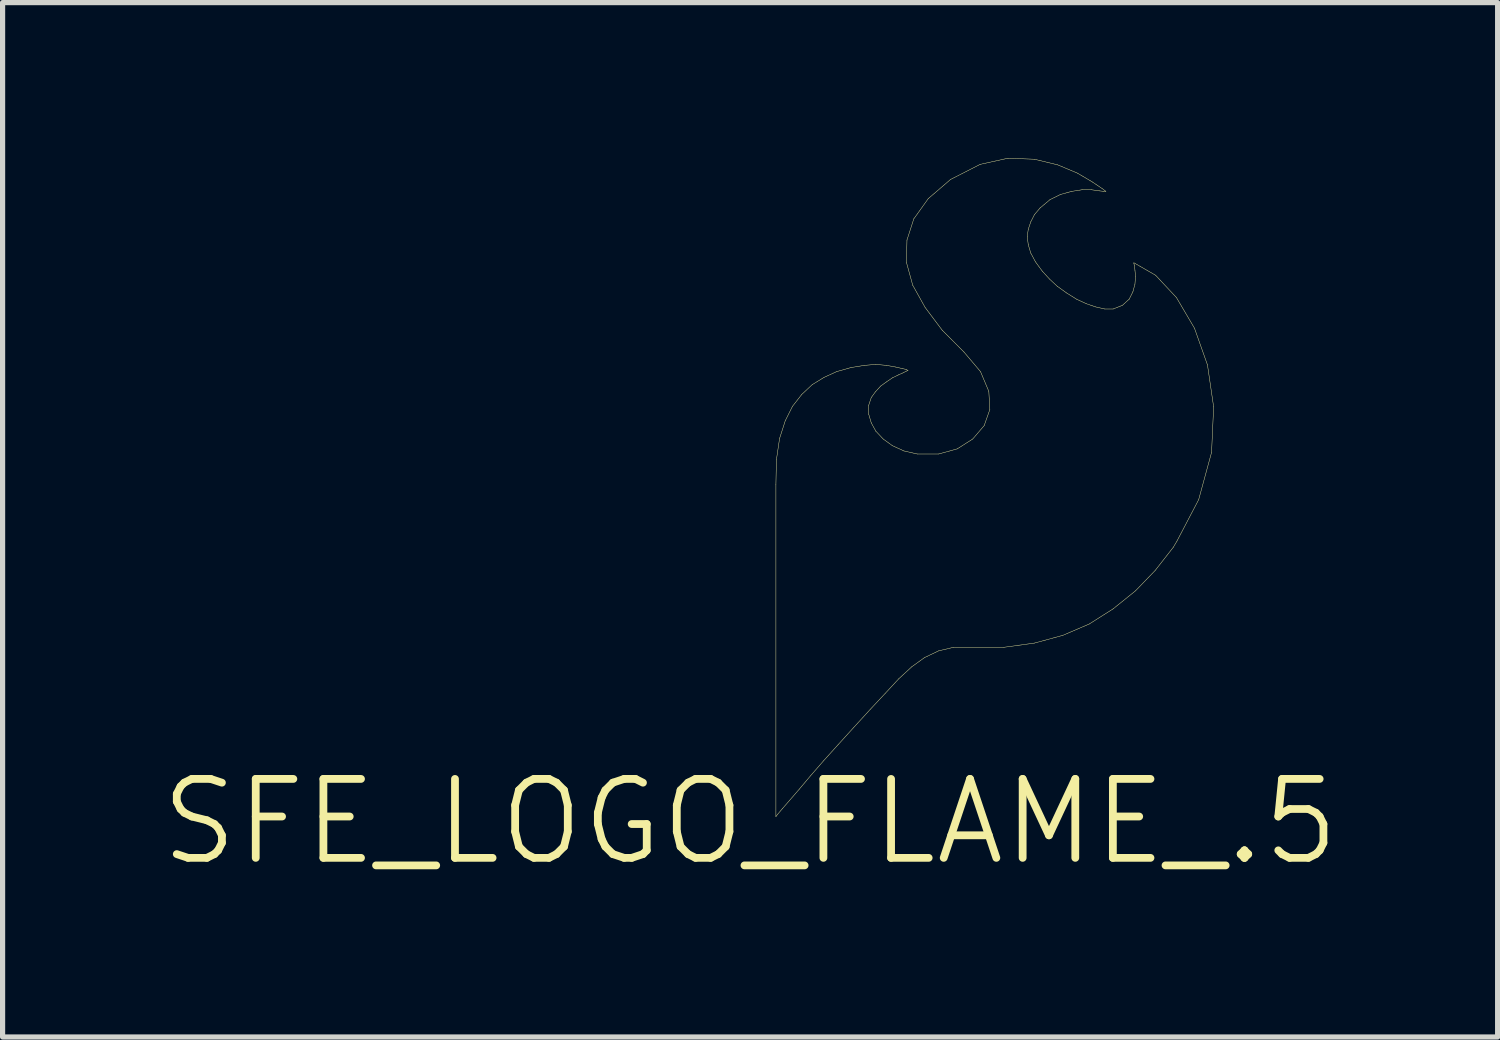
<source format=kicad_pcb>
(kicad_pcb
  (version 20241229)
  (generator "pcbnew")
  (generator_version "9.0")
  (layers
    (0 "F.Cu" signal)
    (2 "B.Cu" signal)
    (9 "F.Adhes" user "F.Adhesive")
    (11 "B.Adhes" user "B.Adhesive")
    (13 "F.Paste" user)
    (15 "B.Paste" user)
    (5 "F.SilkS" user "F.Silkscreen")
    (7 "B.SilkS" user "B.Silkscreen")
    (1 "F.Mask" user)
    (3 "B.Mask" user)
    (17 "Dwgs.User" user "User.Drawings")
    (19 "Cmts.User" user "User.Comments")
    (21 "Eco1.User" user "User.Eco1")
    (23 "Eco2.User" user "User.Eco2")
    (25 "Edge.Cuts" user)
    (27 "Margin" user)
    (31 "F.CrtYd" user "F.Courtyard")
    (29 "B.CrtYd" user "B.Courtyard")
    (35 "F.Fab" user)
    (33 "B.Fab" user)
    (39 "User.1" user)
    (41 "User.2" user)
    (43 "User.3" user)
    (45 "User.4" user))
  (footprint "SFE_LOGO_FLAME_.5"
    (layer "F.Cu")
    (at 11.43 12.813)
    (property "Reference" "SFE_LOGO_FLAME_.5" (at 0 0 0) (layer "F.SilkS") (effects (font (size 1.524 1.524) (thickness 0.15))))
    (attr exclude_from_pos_files exclude_from_bom)
    (fp_line (start 0.498 -6.507) (end 0.498 -0.099) (stroke (width 0.008) (type solid)) (layer "F.SilkS"))
    (fp_line (start 0.498 -0.099) (end 0.528 -0.14) (stroke (width 0.008) (type solid)) (layer "F.SilkS"))
    (fp_line (start 0.508 -6.988) (end 0.498 -6.507) (stroke (width 0.008) (type solid)) (layer "F.SilkS"))
    (fp_line (start 0.528 -0.14) (end 0.62 -0.249) (stroke (width 0.008) (type solid)) (layer "F.SilkS"))
    (fp_line (start 0.569 -7.399) (end 0.508 -6.988) (stroke (width 0.008) (type solid)) (layer "F.SilkS"))
    (fp_line (start 0.62 -0.249) (end 0.759 -0.409) (stroke (width 0.008) (type solid)) (layer "F.SilkS"))
    (fp_line (start 0.678 -7.739) (end 0.569 -7.399) (stroke (width 0.008) (type solid)) (layer "F.SilkS"))
    (fp_line (start 0.759 -0.409) (end 0.95 -0.63) (stroke (width 0.008) (type solid)) (layer "F.SilkS"))
    (fp_line (start 0.818 -8.019) (end 0.678 -7.739) (stroke (width 0.008) (type solid)) (layer "F.SilkS"))
    (fp_line (start 0.95 -0.63) (end 1.168 -0.889) (stroke (width 0.008) (type solid)) (layer "F.SilkS"))
    (fp_line (start 0.998 -8.25) (end 0.818 -8.019) (stroke (width 0.008) (type solid)) (layer "F.SilkS"))
    (fp_line (start 1.168 -0.889) (end 1.42 -1.179) (stroke (width 0.008) (type solid)) (layer "F.SilkS"))
    (fp_line (start 1.199 -8.438) (end 0.998 -8.25) (stroke (width 0.008) (type solid)) (layer "F.SilkS"))
    (fp_line (start 1.42 -1.179) (end 1.699 -1.488) (stroke (width 0.008) (type solid)) (layer "F.SilkS"))
    (fp_line (start 1.427 -8.578) (end 1.199 -8.438) (stroke (width 0.008) (type solid)) (layer "F.SilkS"))
    (fp_line (start 1.669 -8.689) (end 1.427 -8.578) (stroke (width 0.008) (type solid)) (layer "F.SilkS"))
    (fp_line (start 1.699 -1.488) (end 1.999 -1.819) (stroke (width 0.008) (type solid)) (layer "F.SilkS"))
    (fp_line (start 1.948 -8.768) (end 1.669 -8.689) (stroke (width 0.008) (type solid)) (layer "F.SilkS"))
    (fp_line (start 1.999 -1.819) (end 2.319 -2.169) (stroke (width 0.008) (type solid)) (layer "F.SilkS"))
    (fp_line (start 2.2 -8.809) (end 1.948 -8.768) (stroke (width 0.008) (type solid)) (layer "F.SilkS"))
    (fp_line (start 2.289 -8.039) (end 2.339 -8.189) (stroke (width 0.008) (type solid)) (layer "F.SilkS"))
    (fp_line (start 2.289 -7.869) (end 2.289 -8.039) (stroke (width 0.008) (type solid)) (layer "F.SilkS"))
    (fp_line (start 2.319 -2.169) (end 2.609 -2.479) (stroke (width 0.008) (type solid)) (layer "F.SilkS"))
    (fp_line (start 2.339 -8.189) (end 2.418 -8.298) (stroke (width 0.008) (type solid)) (layer "F.SilkS"))
    (fp_line (start 2.339 -7.699) (end 2.289 -7.869) (stroke (width 0.008) (type solid)) (layer "F.SilkS"))
    (fp_line (start 2.418 -8.298) (end 2.52 -8.41) (stroke (width 0.008) (type solid)) (layer "F.SilkS"))
    (fp_line (start 2.428 -8.829) (end 2.2 -8.809) (stroke (width 0.008) (type solid)) (layer "F.SilkS"))
    (fp_line (start 2.428 -7.539) (end 2.339 -7.699) (stroke (width 0.008) (type solid)) (layer "F.SilkS"))
    (fp_line (start 2.52 -8.41) (end 2.629 -8.489) (stroke (width 0.008) (type solid)) (layer "F.SilkS"))
    (fp_line (start 2.568 -7.389) (end 2.428 -7.539) (stroke (width 0.008) (type solid)) (layer "F.SilkS"))
    (fp_line (start 2.609 -2.479) (end 2.868 -2.758) (stroke (width 0.008) (type solid)) (layer "F.SilkS"))
    (fp_line (start 2.629 -8.489) (end 2.748 -8.57) (stroke (width 0.008) (type solid)) (layer "F.SilkS"))
    (fp_line (start 2.639 -8.809) (end 2.428 -8.829) (stroke (width 0.008) (type solid)) (layer "F.SilkS"))
    (fp_line (start 2.748 -8.57) (end 2.868 -8.628) (stroke (width 0.008) (type solid)) (layer "F.SilkS"))
    (fp_line (start 2.748 -7.259) (end 2.568 -7.389) (stroke (width 0.008) (type solid)) (layer "F.SilkS"))
    (fp_line (start 2.809 -8.778) (end 2.639 -8.809) (stroke (width 0.008) (type solid)) (layer "F.SilkS"))
    (fp_line (start 2.868 -8.628) (end 2.959 -8.669) (stroke (width 0.008) (type solid)) (layer "F.SilkS"))
    (fp_line (start 2.868 -2.758) (end 3.119 -2.99) (stroke (width 0.008) (type solid)) (layer "F.SilkS"))
    (fp_line (start 2.939 -8.748) (end 2.809 -8.778) (stroke (width 0.008) (type solid)) (layer "F.SilkS"))
    (fp_line (start 2.959 -8.669) (end 3.018 -8.7) (stroke (width 0.008) (type solid)) (layer "F.SilkS"))
    (fp_line (start 2.969 -7.158) (end 2.748 -7.259) (stroke (width 0.008) (type solid)) (layer "F.SilkS"))
    (fp_line (start 3.018 -10.798) (end 3.139 -10.358) (stroke (width 0.008) (type solid)) (layer "F.SilkS"))
    (fp_line (start 3.018 -8.73) (end 2.939 -8.748) (stroke (width 0.008) (type solid)) (layer "F.SilkS"))
    (fp_line (start 3.018 -8.7) (end 3.048 -8.71) (stroke (width 0.008) (type solid)) (layer "F.SilkS"))
    (fp_line (start 3.028 -11.229) (end 3.018 -10.798) (stroke (width 0.008) (type solid)) (layer "F.SilkS"))
    (fp_line (start 3.048 -8.71) (end 3.018 -8.73) (stroke (width 0.008) (type solid)) (layer "F.SilkS"))
    (fp_line (start 3.119 -2.99) (end 3.368 -3.17) (stroke (width 0.008) (type solid)) (layer "F.SilkS"))
    (fp_line (start 3.139 -10.358) (end 3.378 -9.929) (stroke (width 0.008) (type solid)) (layer "F.SilkS"))
    (fp_line (start 3.16 -11.638) (end 3.028 -11.229) (stroke (width 0.008) (type solid)) (layer "F.SilkS"))
    (fp_line (start 3.228 -7.099) (end 2.969 -7.158) (stroke (width 0.008) (type solid)) (layer "F.SilkS"))
    (fp_line (start 3.368 -3.17) (end 3.64 -3.299) (stroke (width 0.008) (type solid)) (layer "F.SilkS"))
    (fp_line (start 3.378 -9.929) (end 3.708 -9.489) (stroke (width 0.008) (type solid)) (layer "F.SilkS"))
    (fp_line (start 3.439 -12.029) (end 3.16 -11.638) (stroke (width 0.008) (type solid)) (layer "F.SilkS"))
    (fp_line (start 3.64 -7.099) (end 3.228 -7.099) (stroke (width 0.008) (type solid)) (layer "F.SilkS"))
    (fp_line (start 3.64 -3.299) (end 3.929 -3.368) (stroke (width 0.008) (type solid)) (layer "F.SilkS"))
    (fp_line (start 3.708 -9.489) (end 4.128 -9.068) (stroke (width 0.008) (type solid)) (layer "F.SilkS"))
    (fp_line (start 3.868 -12.398) (end 3.439 -12.029) (stroke (width 0.008) (type solid)) (layer "F.SilkS"))
    (fp_line (start 3.929 -3.368) (end 4.9 -3.368) (stroke (width 0.008) (type solid)) (layer "F.SilkS"))
    (fp_line (start 3.998 -7.198) (end 3.64 -7.099) (stroke (width 0.008) (type solid)) (layer "F.SilkS"))
    (fp_line (start 4.128 -9.068) (end 4.448 -8.689) (stroke (width 0.008) (type solid)) (layer "F.SilkS"))
    (fp_line (start 4.298 -7.389) (end 3.998 -7.198) (stroke (width 0.008) (type solid)) (layer "F.SilkS"))
    (fp_line (start 4.44 -12.69) (end 3.868 -12.398) (stroke (width 0.008) (type solid)) (layer "F.SilkS"))
    (fp_line (start 4.448 -8.689) (end 4.608 -8.308) (stroke (width 0.008) (type solid)) (layer "F.SilkS"))
    (fp_line (start 4.519 -7.648) (end 4.298 -7.389) (stroke (width 0.008) (type solid)) (layer "F.SilkS"))
    (fp_line (start 4.608 -8.308) (end 4.628 -7.958) (stroke (width 0.008) (type solid)) (layer "F.SilkS"))
    (fp_line (start 4.628 -7.958) (end 4.519 -7.648) (stroke (width 0.008) (type solid)) (layer "F.SilkS"))
    (fp_line (start 4.9 -3.368) (end 5.489 -3.449) (stroke (width 0.008) (type solid)) (layer "F.SilkS"))
    (fp_line (start 4.978 -12.809) (end 4.44 -12.69) (stroke (width 0.008) (type solid)) (layer "F.SilkS"))
    (fp_line (start 5.349 -11.298) (end 5.37 -11.438) (stroke (width 0.008) (type solid)) (layer "F.SilkS"))
    (fp_line (start 5.37 -11.438) (end 5.418 -11.58) (stroke (width 0.008) (type solid)) (layer "F.SilkS"))
    (fp_line (start 5.37 -11.138) (end 5.349 -11.298) (stroke (width 0.008) (type solid)) (layer "F.SilkS"))
    (fp_line (start 5.418 -11.58) (end 5.489 -11.72) (stroke (width 0.008) (type solid)) (layer "F.SilkS"))
    (fp_line (start 5.418 -10.978) (end 5.37 -11.138) (stroke (width 0.008) (type solid)) (layer "F.SilkS"))
    (fp_line (start 5.489 -12.789) (end 4.978 -12.809) (stroke (width 0.008) (type solid)) (layer "F.SilkS"))
    (fp_line (start 5.489 -11.72) (end 5.598 -11.849) (stroke (width 0.008) (type solid)) (layer "F.SilkS"))
    (fp_line (start 5.489 -3.449) (end 6.038 -3.599) (stroke (width 0.008) (type solid)) (layer "F.SilkS"))
    (fp_line (start 5.509 -10.808) (end 5.418 -10.978) (stroke (width 0.008) (type solid)) (layer "F.SilkS"))
    (fp_line (start 5.598 -11.849) (end 5.789 -12.009) (stroke (width 0.008) (type solid)) (layer "F.SilkS"))
    (fp_line (start 5.639 -10.63) (end 5.509 -10.808) (stroke (width 0.008) (type solid)) (layer "F.SilkS"))
    (fp_line (start 5.779 -10.477) (end 5.639 -10.63) (stroke (width 0.008) (type solid)) (layer "F.SilkS"))
    (fp_line (start 5.789 -12.009) (end 5.989 -12.108) (stroke (width 0.008) (type solid)) (layer "F.SilkS"))
    (fp_line (start 5.928 -10.338) (end 5.779 -10.477) (stroke (width 0.008) (type solid)) (layer "F.SilkS"))
    (fp_line (start 5.939 -12.68) (end 5.489 -12.789) (stroke (width 0.008) (type solid)) (layer "F.SilkS"))
    (fp_line (start 5.989 -12.108) (end 6.208 -12.169) (stroke (width 0.008) (type solid)) (layer "F.SilkS"))
    (fp_line (start 6.038 -3.599) (end 6.548 -3.818) (stroke (width 0.008) (type solid)) (layer "F.SilkS"))
    (fp_line (start 6.109 -10.208) (end 5.928 -10.338) (stroke (width 0.008) (type solid)) (layer "F.SilkS"))
    (fp_line (start 6.208 -12.169) (end 6.408 -12.2) (stroke (width 0.008) (type solid)) (layer "F.SilkS"))
    (fp_line (start 6.299 -10.089) (end 6.109 -10.208) (stroke (width 0.008) (type solid)) (layer "F.SilkS"))
    (fp_line (start 6.32 -12.52) (end 5.939 -12.68) (stroke (width 0.008) (type solid)) (layer "F.SilkS"))
    (fp_line (start 6.408 -12.2) (end 6.589 -12.2) (stroke (width 0.008) (type solid)) (layer "F.SilkS"))
    (fp_line (start 6.49 -10) (end 6.299 -10.089) (stroke (width 0.008) (type solid)) (layer "F.SilkS"))
    (fp_line (start 6.548 -3.818) (end 7.008 -4.11) (stroke (width 0.008) (type solid)) (layer "F.SilkS"))
    (fp_line (start 6.589 -12.2) (end 6.739 -12.179) (stroke (width 0.008) (type solid)) (layer "F.SilkS"))
    (fp_line (start 6.609 -12.349) (end 6.32 -12.52) (stroke (width 0.008) (type solid)) (layer "F.SilkS"))
    (fp_line (start 6.668 -9.939) (end 6.49 -10) (stroke (width 0.008) (type solid)) (layer "F.SilkS"))
    (fp_line (start 6.739 -12.179) (end 6.828 -12.169) (stroke (width 0.008) (type solid)) (layer "F.SilkS"))
    (fp_line (start 6.8 -12.22) (end 6.609 -12.349) (stroke (width 0.008) (type solid)) (layer "F.SilkS"))
    (fp_line (start 6.828 -12.169) (end 6.868 -12.169) (stroke (width 0.008) (type solid)) (layer "F.SilkS"))
    (fp_line (start 6.848 -9.898) (end 6.668 -9.939) (stroke (width 0.008) (type solid)) (layer "F.SilkS"))
    (fp_line (start 6.868 -12.169) (end 6.8 -12.22) (stroke (width 0.008) (type solid)) (layer "F.SilkS"))
    (fp_line (start 7.008 -9.898) (end 6.848 -9.898) (stroke (width 0.008) (type solid)) (layer "F.SilkS"))
    (fp_line (start 7.008 -4.11) (end 7.44 -4.458) (stroke (width 0.008) (type solid)) (layer "F.SilkS"))
    (fp_line (start 7.188 -9.97) (end 7.008 -9.898) (stroke (width 0.008) (type solid)) (layer "F.SilkS"))
    (fp_line (start 7.318 -10.089) (end 7.188 -9.97) (stroke (width 0.008) (type solid)) (layer "F.SilkS"))
    (fp_line (start 7.389 -10.229) (end 7.318 -10.089) (stroke (width 0.008) (type solid)) (layer "F.SilkS"))
    (fp_line (start 7.409 -10.79) (end 7.409 -10.77) (stroke (width 0.008) (type solid)) (layer "F.SilkS"))
    (fp_line (start 7.409 -10.77) (end 7.419 -10.739) (stroke (width 0.008) (type solid)) (layer "F.SilkS"))
    (fp_line (start 7.419 -10.739) (end 7.429 -10.648) (stroke (width 0.008) (type solid)) (layer "F.SilkS"))
    (fp_line (start 7.429 -10.648) (end 7.44 -10.528) (stroke (width 0.008) (type solid)) (layer "F.SilkS"))
    (fp_line (start 7.429 -10.378) (end 7.389 -10.229) (stroke (width 0.008) (type solid)) (layer "F.SilkS"))
    (fp_line (start 7.44 -10.528) (end 7.429 -10.378) (stroke (width 0.008) (type solid)) (layer "F.SilkS"))
    (fp_line (start 7.44 -4.458) (end 7.818 -4.849) (stroke (width 0.008) (type solid)) (layer "F.SilkS"))
    (fp_line (start 7.818 -4.849) (end 8.169 -5.298) (stroke (width 0.008) (type solid)) (layer "F.SilkS"))
    (fp_line (start 7.828 -10.549) (end 7.409 -10.79) (stroke (width 0.008) (type solid)) (layer "F.SilkS"))
    (fp_line (start 8.169 -5.298) (end 8.24 -5.418) (stroke (width 0.008) (type solid)) (layer "F.SilkS"))
    (fp_line (start 8.23 -10.119) (end 7.828 -10.549) (stroke (width 0.008) (type solid)) (layer "F.SilkS"))
    (fp_line (start 8.24 -5.418) (end 8.659 -6.218) (stroke (width 0.008) (type solid)) (layer "F.SilkS"))
    (fp_line (start 8.578 -9.528) (end 8.23 -10.119) (stroke (width 0.008) (type solid)) (layer "F.SilkS"))
    (fp_line (start 8.659 -6.218) (end 8.908 -7.13) (stroke (width 0.008) (type solid)) (layer "F.SilkS"))
    (fp_line (start 8.829 -8.819) (end 8.578 -9.528) (stroke (width 0.008) (type solid)) (layer "F.SilkS"))
    (fp_line (start 8.908 -7.13) (end 8.948 -8.009) (stroke (width 0.008) (type solid)) (layer "F.SilkS"))
    (fp_line (start 8.948 -8.009) (end 8.829 -8.819) (stroke (width 0.008) (type solid)) (layer "F.SilkS")))
  (gr_rect
    (start -3 -3)
    (end 25.86 16.968)
    (stroke (width 0.1) (type default))
    (fill no)
    (layer "Edge.Cuts")))
</source>
